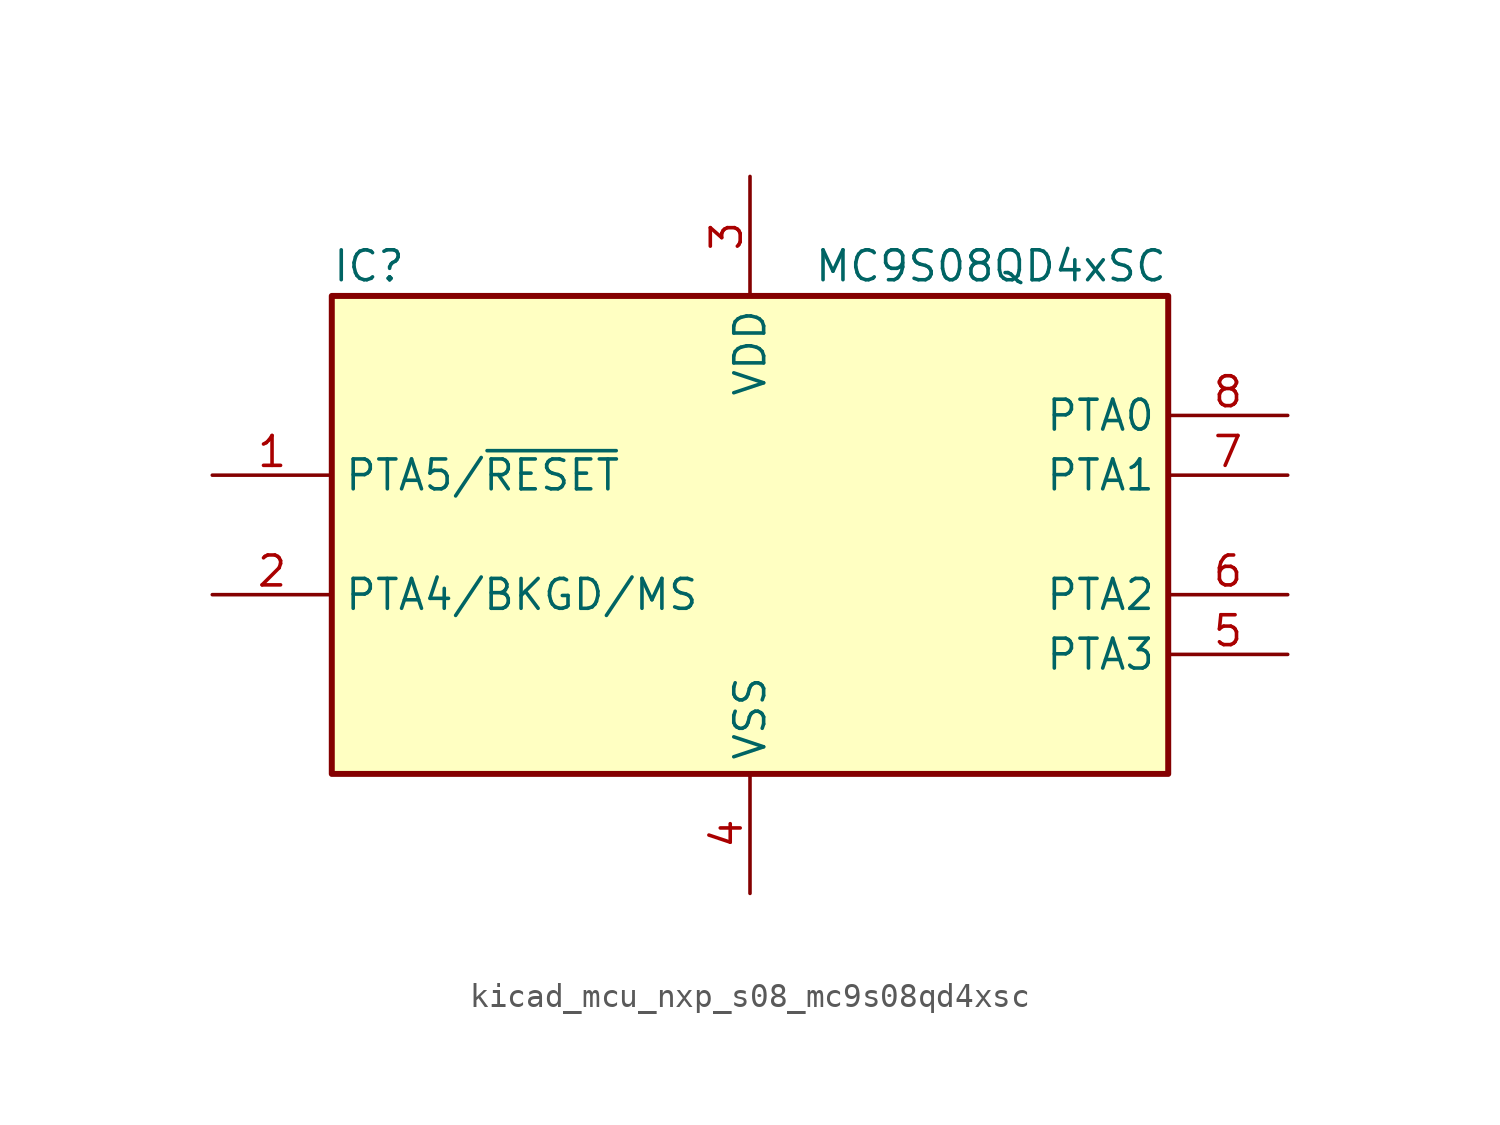
<source format=kicad_sym>
(kicad_symbol_lib
  (version 20220914)
  (generator kicad_symbol_editor)
  (symbol "kicad_mcu_nxp_s08_mc9s08qd4xsc"
    (property "Reference" "IC"
      (at -17.78 11.43 0)
      (effects (font (size 1.27 1.27)) (justify left)))
    (property "Value" "MC9S08QD4xSC"
      (at 17.78 11.43 0)
      (effects (font (size 1.27 1.27)) (justify right)))
    (symbol "kicad_mcu_nxp_s08_mc9s08qd4xsc_0_1"
      (rectangle (start -17.78 10.16) (end 17.78 -10.16) (stroke (width 0.254) (type default)) (fill (type background))))
    (symbol "kicad_mcu_nxp_s08_mc9s08qd4xsc_1_1"
      (pin bidirectional line (at -22.86 2.54 0) (length 5.08) (name "PTA5/~{RESET}" (effects (font (size 1.27 1.27)))) (number "1" (effects (font (size 1.27 1.27)))))
      (pin bidirectional line (at -22.86 -2.54 0) (length 5.08) (name "PTA4/BKGD/MS" (effects (font (size 1.27 1.27)))) (number "2" (effects (font (size 1.27 1.27)))))
      (pin power_in line (at 0 15.24 270) (length 5.08) (name "VDD" (effects (font (size 1.27 1.27)))) (number "3" (effects (font (size 1.27 1.27)))))
      (pin power_in line (at 0 -15.24 90) (length 5.08) (name "VSS" (effects (font (size 1.27 1.27)))) (number "4" (effects (font (size 1.27 1.27)))))
      (pin bidirectional line (at 22.86 -5.08 180) (length 5.08) (name "PTA3" (effects (font (size 1.27 1.27)))) (number "5" (effects (font (size 1.27 1.27)))))
      (pin bidirectional line (at 22.86 -2.54 180) (length 5.08) (name "PTA2" (effects (font (size 1.27 1.27)))) (number "6" (effects (font (size 1.27 1.27)))))
      (pin bidirectional line (at 22.86 2.54 180) (length 5.08) (name "PTA1" (effects (font (size 1.27 1.27)))) (number "7" (effects (font (size 1.27 1.27)))))
      (pin bidirectional line (at 22.86 5.08 180) (length 5.08) (name "PTA0" (effects (font (size 1.27 1.27)))) (number "8" (effects (font (size 1.27 1.27))))))))
</source>
